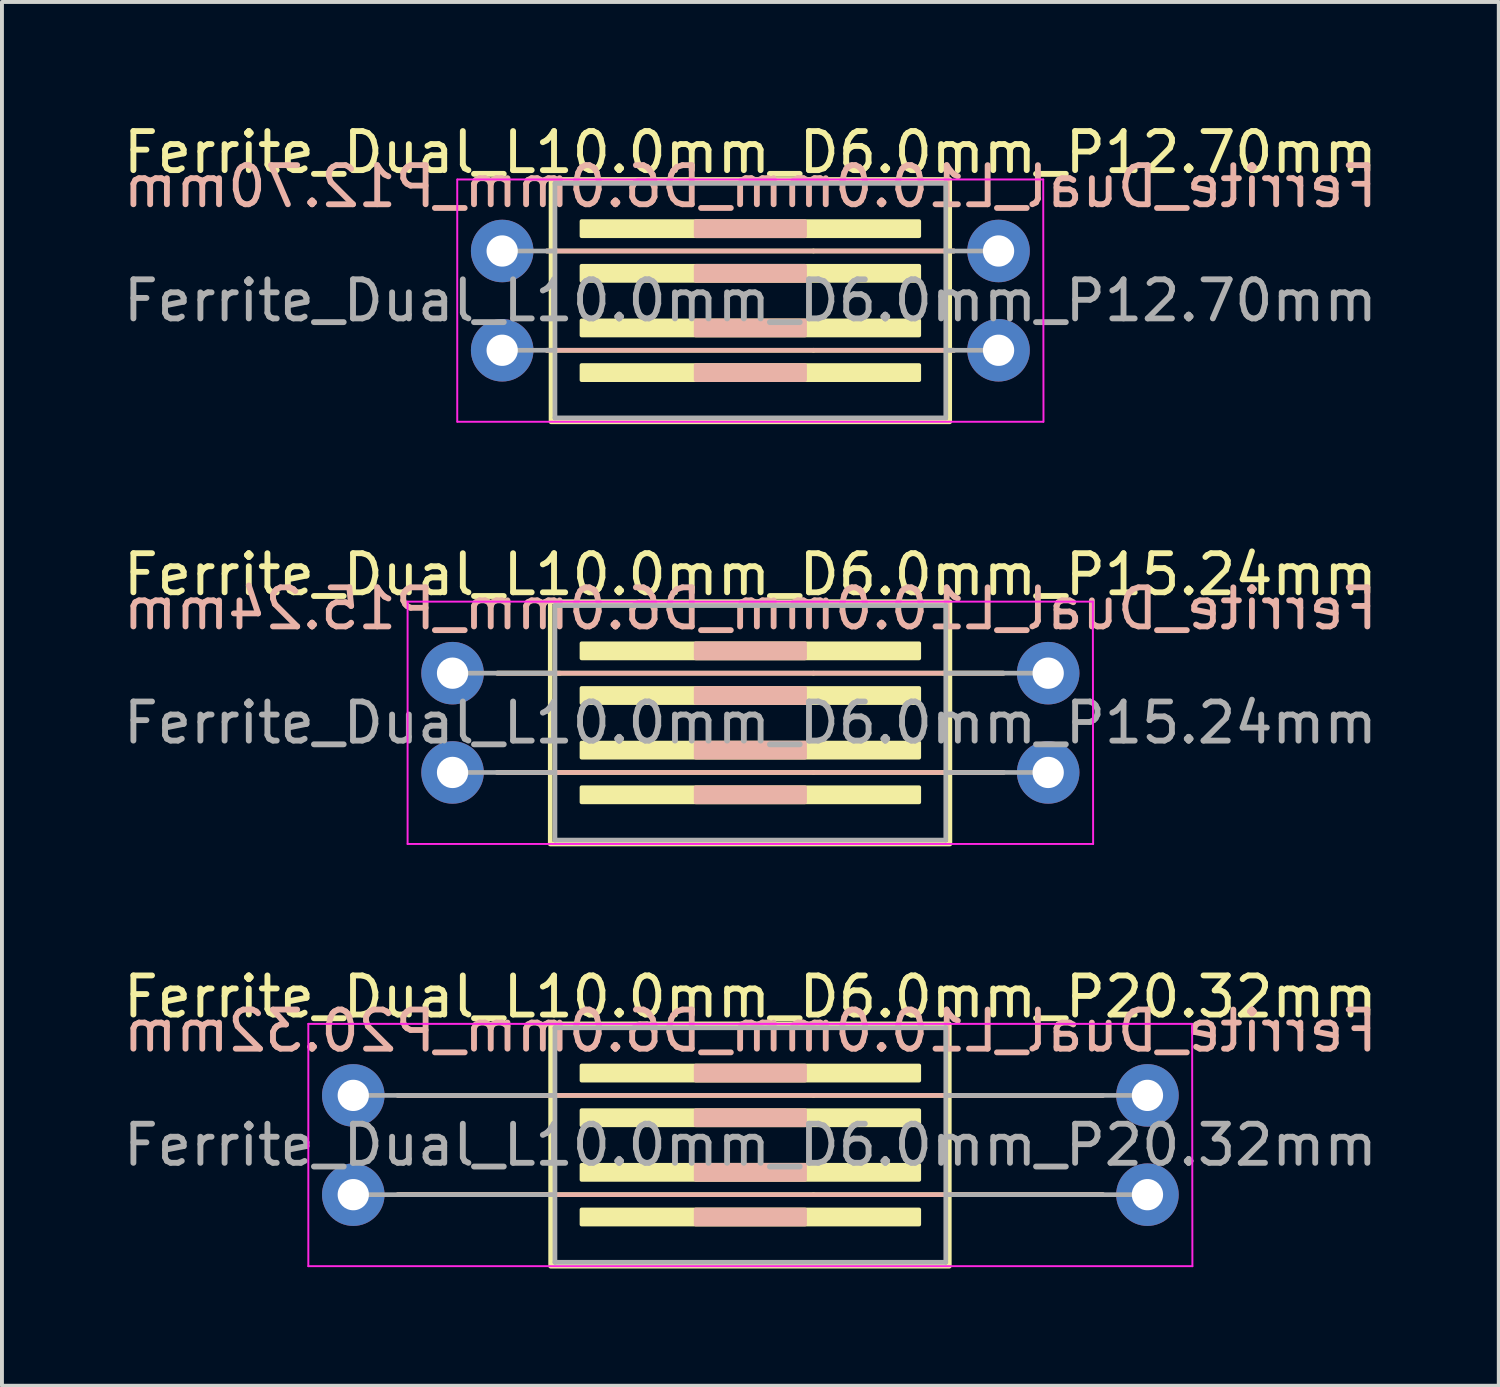
<source format=kicad_pcb>
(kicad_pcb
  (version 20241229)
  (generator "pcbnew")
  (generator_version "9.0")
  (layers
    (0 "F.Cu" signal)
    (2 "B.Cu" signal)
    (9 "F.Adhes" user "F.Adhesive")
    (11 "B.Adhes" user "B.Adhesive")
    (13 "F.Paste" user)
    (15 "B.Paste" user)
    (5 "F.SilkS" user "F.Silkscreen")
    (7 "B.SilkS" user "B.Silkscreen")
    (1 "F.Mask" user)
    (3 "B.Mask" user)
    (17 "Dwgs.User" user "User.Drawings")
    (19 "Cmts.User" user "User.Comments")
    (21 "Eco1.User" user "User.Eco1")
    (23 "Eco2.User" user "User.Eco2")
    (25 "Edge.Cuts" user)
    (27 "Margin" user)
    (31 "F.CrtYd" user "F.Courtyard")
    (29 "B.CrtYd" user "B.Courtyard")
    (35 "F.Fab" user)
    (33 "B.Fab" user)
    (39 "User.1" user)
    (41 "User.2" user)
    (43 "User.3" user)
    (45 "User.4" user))
  (footprint "Ferrite_Dual_L10.0mm_D6.0mm_P20.32mm"
    (layer "F.Cu")
    (at 5.989 26.247)
    (property "Reference" "Ferrite_Dual_L10.0mm_D6.0mm_P20.32mm" (at 10.16 -3.794 0) (layer "F.SilkS") (effects (font (size 1 1) (thickness 0.15))))
    (fp_line (start 1.143 -1.27) (end 5.144 -1.27) (stroke (width 0.12) (type solid)) (layer "F.SilkS"))
    (fp_line (start 1.143 1.27) (end 5.144 1.27) (stroke (width 0.12) (type solid)) (layer "F.SilkS"))
    (fp_line (start 11.774 -1.27) (end 5.207 -1.27) (stroke (width 0.12) (type solid)) (layer "F.SilkS"))
    (fp_line (start 11.774 -1.27) (end 15.113 -1.27) (stroke (width 0.12) (type solid)) (layer "F.SilkS"))
    (fp_line (start 11.774 1.27) (end 5.207 1.27) (stroke (width 0.12) (type solid)) (layer "F.SilkS"))
    (fp_line (start 11.774 1.27) (end 15.113 1.27) (stroke (width 0.12) (type solid)) (layer "F.SilkS"))
    (fp_line (start 19.177 -1.27) (end 15.177 -1.27) (stroke (width 0.12) (type solid)) (layer "F.SilkS"))
    (fp_line (start 19.177 1.27) (end 15.177 1.27) (stroke (width 0.12) (type solid)) (layer "F.SilkS"))
    (fp_rect (start 5.05 -3.1) (end 15.25 3.1) (stroke (width 0.12) (type solid)) (fill no) (layer "F.SilkS"))
    (fp_poly (pts (xy 14.478 -1.651) (xy 5.842 -1.651) (xy 5.842 -2.032) (xy 14.478 -2.032)) (stroke (width 0.1) (type solid)) (fill yes) (layer "F.SilkS"))
    (fp_poly (pts (xy 14.478 -0.508) (xy 5.842 -0.508) (xy 5.842 -0.889) (xy 14.478 -0.889)) (stroke (width 0.1) (type solid)) (fill yes) (layer "F.SilkS"))
    (fp_poly (pts (xy 14.478 0.889) (xy 5.842 0.889) (xy 5.842 0.508) (xy 14.478 0.508)) (stroke (width 0.1) (type solid)) (fill yes) (layer "F.SilkS"))
    (fp_poly (pts (xy 14.478 2.032) (xy 5.842 2.032) (xy 5.842 1.651) (xy 14.478 1.651)) (stroke (width 0.1) (type solid)) (fill yes) (layer "F.SilkS"))
    (fp_line (start 1.143 -1.27) (end 19.177 -1.27) (stroke (width 0.12) (type solid)) (layer "B.SilkS"))
    (fp_line (start 1.143 1.27) (end 19.177 1.27) (stroke (width 0.12) (type solid)) (layer "B.SilkS"))
    (fp_rect (start 8.763 -2.032) (end 11.557 -1.651) (stroke (width 0.1) (type solid)) (fill yes) (layer "B.SilkS"))
    (fp_rect (start 8.763 -0.889) (end 11.557 -0.508) (stroke (width 0.1) (type solid)) (fill yes) (layer "B.SilkS"))
    (fp_rect (start 8.763 0.508) (end 11.557 0.889) (stroke (width 0.1) (type solid)) (fill yes) (layer "B.SilkS"))
    (fp_rect (start 8.763 1.651) (end 11.557 2.032) (stroke (width 0.1) (type solid)) (fill yes) (layer "B.SilkS"))
    (fp_line (start -1.15 -3.1) (end 21.463 -3.1) (stroke (width 0.05) (type solid)) (layer "F.CrtYd"))
    (fp_line (start -1.15 3.1) (end -1.15 -3.1) (stroke (width 0.05) (type solid)) (layer "F.CrtYd"))
    (fp_line (start 21.463 -3.1) (end 21.47 3.1) (stroke (width 0.05) (type solid)) (layer "F.CrtYd"))
    (fp_line (start 21.47 3.1) (end -1.15 3.1) (stroke (width 0.05) (type solid)) (layer "F.CrtYd"))
    (fp_line (start 0 -1.27) (end 5.144 -1.27) (stroke (width 0.12) (type solid)) (layer "F.Fab"))
    (fp_line (start 0 1.27) (end 5.144 1.27) (stroke (width 0.12) (type solid)) (layer "F.Fab"))
    (fp_line (start 5.16 -3) (end 5.16 3) (stroke (width 0.12) (type solid)) (layer "F.Fab"))
    (fp_line (start 15.16 -3) (end 5.16 -3) (stroke (width 0.12) (type solid)) (layer "F.Fab"))
    (fp_line (start 15.16 -3) (end 15.16 3) (stroke (width 0.12) (type solid)) (layer "F.Fab"))
    (fp_line (start 15.16 3) (end 5.16 3) (stroke (width 0.12) (type solid)) (layer "F.Fab"))
    (fp_line (start 20.32 -1.27) (end 15.177 -1.27) (stroke (width 0.12) (type solid)) (layer "F.Fab"))
    (fp_line (start 20.32 1.27) (end 15.177 1.27) (stroke (width 0.12) (type solid)) (layer "F.Fab"))
    (fp_text user "${REFERENCE}" (at 10.16 -2.921 0) (layer "B.SilkS") (effects (font (size 1 1) (thickness 0.15)) (justify mirror)))
    (fp_text user "${REFERENCE}" (at 10.16 0 0) (layer "F.Fab") (effects (font (size 1 1) (thickness 0.15))))
    (pad "1" thru_hole circle (at 0 -1.27) (size 1.6 1.6) (drill 0.8) (layers "*.Cu" "*.Mask"))
    (pad "2" thru_hole circle (at 0 1.27) (size 1.6 1.6) (drill 0.8) (layers "*.Cu" "*.Mask"))
    (pad "3" thru_hole circle (at 20.32 1.27 180) (size 1.6 1.6) (drill 0.8) (layers "*.Cu" "*.Mask"))
    (pad "4" thru_hole circle (at 20.32 -1.27 180) (size 1.6 1.6) (drill 0.8) (layers "*.Cu" "*.Mask")))
  (footprint "Ferrite_Dual_L10.0mm_D6.0mm_P12.70mm"
    (layer "F.Cu")
    (at 9.799 4.642)
    (property "Reference" "Ferrite_Dual_L10.0mm_D6.0mm_P12.70mm" (at 6.35 -3.794 0) (layer "F.SilkS") (effects (font (size 1 1) (thickness 0.15))))
    (attr through_hole)
    (fp_line (start 1.143 -1.27) (end 1.397 -1.27) (stroke (width 0.12) (type solid)) (layer "F.SilkS"))
    (fp_line (start 1.143 1.27) (end 1.397 1.27) (stroke (width 0.12) (type solid)) (layer "F.SilkS"))
    (fp_line (start 7.964 -1.27) (end 1.397 -1.27) (stroke (width 0.12) (type solid)) (layer "F.SilkS"))
    (fp_line (start 7.964 -1.27) (end 11.303 -1.27) (stroke (width 0.12) (type solid)) (layer "F.SilkS"))
    (fp_line (start 7.964 1.27) (end 1.397 1.27) (stroke (width 0.12) (type solid)) (layer "F.SilkS"))
    (fp_line (start 7.964 1.27) (end 11.303 1.27) (stroke (width 0.12) (type solid)) (layer "F.SilkS"))
    (fp_line (start 11.557 -1.27) (end 11.303 -1.27) (stroke (width 0.12) (type solid)) (layer "F.SilkS"))
    (fp_line (start 11.557 1.27) (end 11.367 1.27) (stroke (width 0.12) (type solid)) (layer "F.SilkS"))
    (fp_rect (start 1.25 -3.1) (end 11.45 3.1) (stroke (width 0.12) (type solid)) (fill no) (layer "F.SilkS"))
    (fp_poly (pts (xy 10.668 -1.651) (xy 2.032 -1.651) (xy 2.032 -2.032) (xy 10.668 -2.032)) (stroke (width 0.1) (type solid)) (fill yes) (layer "F.SilkS"))
    (fp_poly (pts (xy 10.668 -0.508) (xy 2.032 -0.508) (xy 2.032 -0.889) (xy 10.668 -0.889)) (stroke (width 0.1) (type solid)) (fill yes) (layer "F.SilkS"))
    (fp_poly (pts (xy 10.668 0.889) (xy 2.032 0.889) (xy 2.032 0.508) (xy 10.668 0.508)) (stroke (width 0.1) (type solid)) (fill yes) (layer "F.SilkS"))
    (fp_poly (pts (xy 10.668 2.032) (xy 2.032 2.032) (xy 2.032 1.651) (xy 10.668 1.651)) (stroke (width 0.1) (type solid)) (fill yes) (layer "F.SilkS"))
    (fp_line (start 1.143 -1.27) (end 11.557 -1.27) (stroke (width 0.12) (type solid)) (layer "B.SilkS"))
    (fp_line (start 1.143 1.27) (end 11.557 1.27) (stroke (width 0.12) (type solid)) (layer "B.SilkS"))
    (fp_rect (start 4.953 -2.032) (end 7.747 -1.651) (stroke (width 0.1) (type solid)) (fill yes) (layer "B.SilkS"))
    (fp_rect (start 4.953 -0.889) (end 7.747 -0.508) (stroke (width 0.1) (type solid)) (fill yes) (layer "B.SilkS"))
    (fp_rect (start 4.953 0.508) (end 7.747 0.889) (stroke (width 0.1) (type solid)) (fill yes) (layer "B.SilkS"))
    (fp_rect (start 4.953 1.651) (end 7.747 2.032) (stroke (width 0.1) (type solid)) (fill yes) (layer "B.SilkS"))
    (fp_line (start -1.15 3.1) (end -1.15 -3.1) (stroke (width 0.05) (type solid)) (layer "F.CrtYd"))
    (fp_line (start -1.143 -3.1) (end 13.843 -3.1) (stroke (width 0.05) (type solid)) (layer "F.CrtYd"))
    (fp_line (start 13.843 -3.1) (end 13.85 3.1) (stroke (width 0.05) (type solid)) (layer "F.CrtYd"))
    (fp_line (start 13.843 3.1) (end -1.143 3.1) (stroke (width 0.05) (type solid)) (layer "F.CrtYd"))
    (fp_line (start 0 -1.27) (end 1.333 -1.27) (stroke (width 0.12) (type solid)) (layer "F.Fab"))
    (fp_line (start 0 1.27) (end 1.333 1.27) (stroke (width 0.12) (type solid)) (layer "F.Fab"))
    (fp_line (start 1.35 -3) (end 1.35 3) (stroke (width 0.12) (type solid)) (layer "F.Fab"))
    (fp_line (start 11.35 -3) (end 1.35 -3) (stroke (width 0.12) (type solid)) (layer "F.Fab"))
    (fp_line (start 11.35 -3) (end 11.35 3) (stroke (width 0.12) (type solid)) (layer "F.Fab"))
    (fp_line (start 11.35 3) (end 1.35 3) (stroke (width 0.12) (type solid)) (layer "F.Fab"))
    (fp_line (start 12.7 -1.27) (end 11.367 -1.27) (stroke (width 0.12) (type solid)) (layer "F.Fab"))
    (fp_line (start 12.7 1.27) (end 11.367 1.27) (stroke (width 0.12) (type solid)) (layer "F.Fab"))
    (fp_text user "${REFERENCE}" (at 6.35 -2.921 0) (layer "B.SilkS") (effects (font (size 1 1) (thickness 0.15)) (justify mirror)))
    (fp_text user "${REFERENCE}" (at 6.35 0 0) (layer "F.Fab") (effects (font (size 1 1) (thickness 0.15))))
    (pad "1" thru_hole circle (at 0 -1.27) (size 1.6 1.6) (drill 0.8) (layers "*.Cu" "*.Mask"))
    (pad "2" thru_hole circle (at 0 1.27) (size 1.6 1.6) (drill 0.8) (layers "*.Cu" "*.Mask"))
    (pad "3" thru_hole circle (at 12.7 1.27 180) (size 1.6 1.6) (drill 0.8) (layers "*.Cu" "*.Mask"))
    (pad "4" thru_hole circle (at 12.7 -1.27 180) (size 1.6 1.6) (drill 0.8) (layers "*.Cu" "*.Mask")))
  (footprint "Ferrite_Dual_L10.0mm_D6.0mm_P15.24mm"
    (layer "F.Cu")
    (at 8.529 15.444)
    (property "Reference" "Ferrite_Dual_L10.0mm_D6.0mm_P15.24mm" (at 7.62 -3.794 0) (layer "F.SilkS") (effects (font (size 1 1) (thickness 0.15))))
    (fp_line (start 1.143 -1.27) (end 2.75 -1.27) (stroke (width 0.12) (type solid)) (layer "F.SilkS"))
    (fp_line (start 1.143 1.27) (end 2.7 1.27) (stroke (width 0.12) (type solid)) (layer "F.SilkS"))
    (fp_line (start 9.234 -1.27) (end 2.667 -1.27) (stroke (width 0.12) (type solid)) (layer "F.SilkS"))
    (fp_line (start 9.234 -1.27) (end 12.573 -1.27) (stroke (width 0.12) (type solid)) (layer "F.SilkS"))
    (fp_line (start 9.234 1.27) (end 2.667 1.27) (stroke (width 0.12) (type solid)) (layer "F.SilkS"))
    (fp_line (start 9.234 1.27) (end 12.573 1.27) (stroke (width 0.12) (type solid)) (layer "F.SilkS"))
    (fp_line (start 14.097 -1.27) (end 12.55 -1.27) (stroke (width 0.12) (type solid)) (layer "F.SilkS"))
    (fp_line (start 14.097 1.27) (end 12.55 1.27) (stroke (width 0.12) (type solid)) (layer "F.SilkS"))
    (fp_rect (start 2.5 -3.1) (end 12.725 3.1) (stroke (width 0.12) (type solid)) (fill no) (layer "F.SilkS"))
    (fp_poly (pts (xy 11.938 -1.651) (xy 3.302 -1.651) (xy 3.302 -2.032) (xy 11.938 -2.032)) (stroke (width 0.1) (type solid)) (fill yes) (layer "F.SilkS"))
    (fp_poly (pts (xy 11.938 -0.508) (xy 3.302 -0.508) (xy 3.302 -0.889) (xy 11.938 -0.889)) (stroke (width 0.1) (type solid)) (fill yes) (layer "F.SilkS"))
    (fp_poly (pts (xy 11.938 0.889) (xy 3.302 0.889) (xy 3.302 0.508) (xy 11.938 0.508)) (stroke (width 0.1) (type solid)) (fill yes) (layer "F.SilkS"))
    (fp_poly (pts (xy 11.938 2.032) (xy 3.302 2.032) (xy 3.302 1.651) (xy 11.938 1.651)) (stroke (width 0.1) (type solid)) (fill yes) (layer "F.SilkS"))
    (fp_line (start 1.143 -1.27) (end 14.097 -1.27) (stroke (width 0.12) (type solid)) (layer "B.SilkS"))
    (fp_line (start 1.143 1.27) (end 14.097 1.27) (stroke (width 0.12) (type solid)) (layer "B.SilkS"))
    (fp_rect (start 6.223 -2.032) (end 9.017 -1.651) (stroke (width 0.1) (type solid)) (fill yes) (layer "B.SilkS"))
    (fp_rect (start 6.223 -0.889) (end 9.017 -0.508) (stroke (width 0.1) (type solid)) (fill yes) (layer "B.SilkS"))
    (fp_rect (start 6.223 0.508) (end 9.017 0.889) (stroke (width 0.1) (type solid)) (fill yes) (layer "B.SilkS"))
    (fp_rect (start 6.223 1.651) (end 9.017 2.032) (stroke (width 0.1) (type solid)) (fill yes) (layer "B.SilkS"))
    (fp_line (start -1.15 -3.1) (end 16.383 -3.1) (stroke (width 0.05) (type solid)) (layer "F.CrtYd"))
    (fp_line (start -1.15 3.1) (end -1.15 -3.1) (stroke (width 0.05) (type solid)) (layer "F.CrtYd"))
    (fp_line (start 16.383 -3.1) (end 16.39 3.1) (stroke (width 0.05) (type solid)) (layer "F.CrtYd"))
    (fp_line (start 16.39 3.1) (end -1.15 3.1) (stroke (width 0.05) (type solid)) (layer "F.CrtYd"))
    (fp_line (start 0 -1.27) (end 2.603 -1.27) (stroke (width 0.12) (type solid)) (layer "F.Fab"))
    (fp_line (start 0 1.27) (end 2.603 1.27) (stroke (width 0.12) (type solid)) (layer "F.Fab"))
    (fp_line (start 2.62 -3) (end 2.62 3) (stroke (width 0.12) (type solid)) (layer "F.Fab"))
    (fp_line (start 12.62 -3) (end 2.62 -3) (stroke (width 0.12) (type solid)) (layer "F.Fab"))
    (fp_line (start 12.62 -3) (end 12.62 3) (stroke (width 0.12) (type solid)) (layer "F.Fab"))
    (fp_line (start 12.62 3) (end 2.62 3) (stroke (width 0.12) (type solid)) (layer "F.Fab"))
    (fp_line (start 15.24 -1.27) (end 12.636 -1.27) (stroke (width 0.12) (type solid)) (layer "F.Fab"))
    (fp_line (start 15.24 1.27) (end 12.636 1.27) (stroke (width 0.12) (type solid)) (layer "F.Fab"))
    (fp_text user "${REFERENCE}" (at 7.62 -2.921 0) (layer "B.SilkS") (effects (font (size 1 1) (thickness 0.15)) (justify mirror)))
    (fp_text user "${REFERENCE}" (at 7.62 0 0) (layer "F.Fab") (effects (font (size 1 1) (thickness 0.15))))
    (pad "1" thru_hole circle (at 0 -1.27) (size 1.6 1.6) (drill 0.8) (layers "*.Cu" "*.Mask"))
    (pad "2" thru_hole circle (at 0 1.27) (size 1.6 1.6) (drill 0.8) (layers "*.Cu" "*.Mask"))
    (pad "3" thru_hole circle (at 15.24 1.27 180) (size 1.6 1.6) (drill 0.8) (layers "*.Cu" "*.Mask"))
    (pad "4" thru_hole circle (at 15.24 -1.27 180) (size 1.6 1.6) (drill 0.8) (layers "*.Cu" "*.Mask")))
  (gr_rect
    (start -3 -3)
    (end 35.298 32.407)
    (stroke (width 0.1) (type default))
    (fill no)
    (layer "Edge.Cuts")))
</source>
